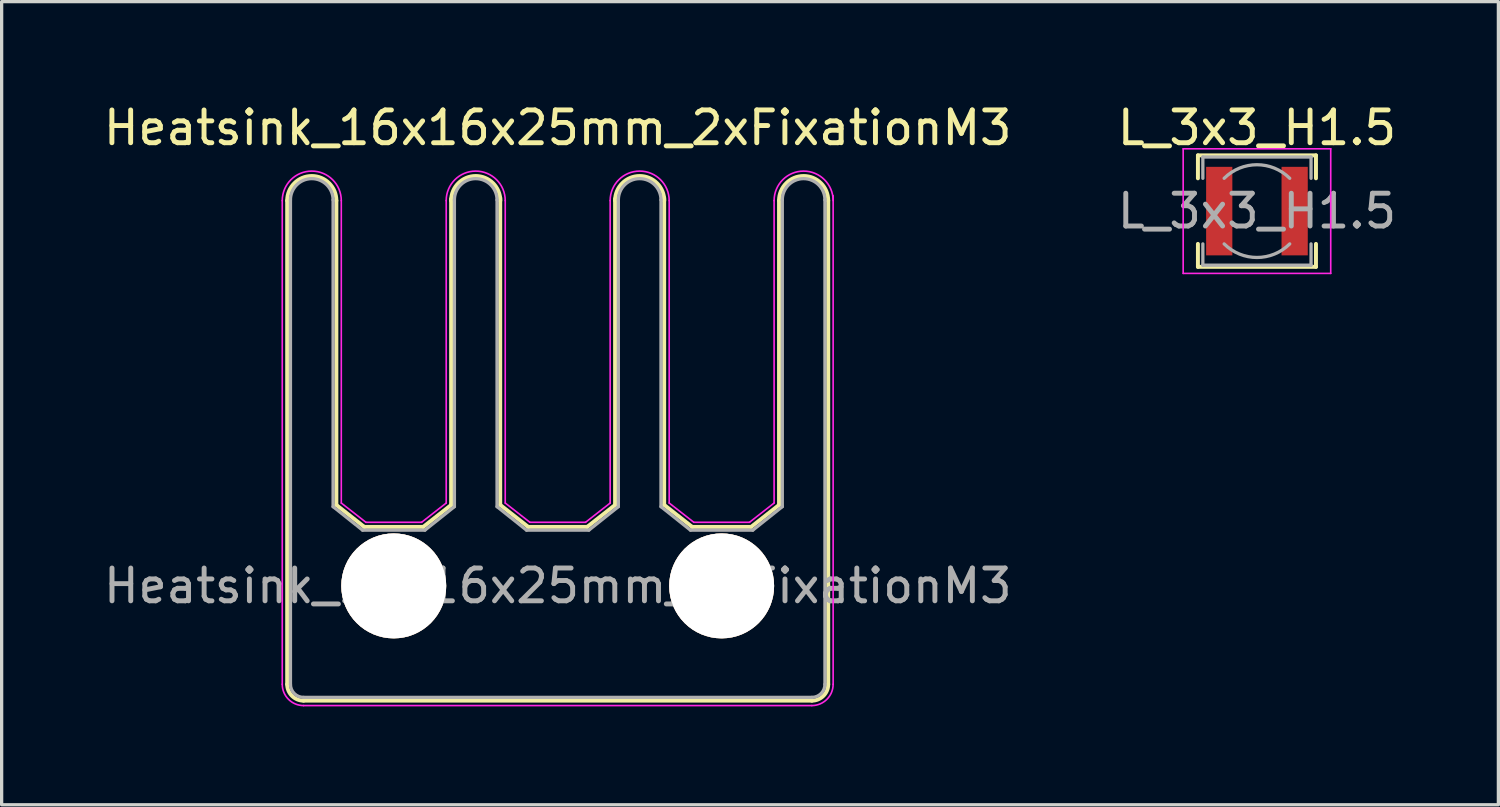
<source format=kicad_pcb>
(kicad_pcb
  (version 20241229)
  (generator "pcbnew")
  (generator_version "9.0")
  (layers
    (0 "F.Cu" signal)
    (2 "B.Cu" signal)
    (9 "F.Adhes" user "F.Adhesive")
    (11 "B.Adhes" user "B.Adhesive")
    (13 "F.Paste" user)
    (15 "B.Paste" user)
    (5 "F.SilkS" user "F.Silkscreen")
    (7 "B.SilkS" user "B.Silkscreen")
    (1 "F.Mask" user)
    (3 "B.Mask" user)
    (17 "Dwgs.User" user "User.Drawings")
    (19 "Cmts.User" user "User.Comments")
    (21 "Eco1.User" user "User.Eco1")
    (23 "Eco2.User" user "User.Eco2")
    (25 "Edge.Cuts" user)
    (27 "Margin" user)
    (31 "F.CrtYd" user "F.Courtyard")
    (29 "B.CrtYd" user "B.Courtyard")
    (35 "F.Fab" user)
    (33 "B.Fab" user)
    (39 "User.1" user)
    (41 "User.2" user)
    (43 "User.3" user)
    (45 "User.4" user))
  (footprint "Heatsink_16x16x25mm_2xFixationM3"
    (layer "F.Cu")
    (at 13.958 14.818)
    (property "Reference" "Heatsink_16x16x25mm_2xFixationM3" (at 0 -13.97 0) (layer "F.SilkS") (effects (font (size 1 1) (thickness 0.15))))
    (attr through_hole)
    (fp_line (start -8.25 3) (end -8.25 -11.75) (stroke (width 0.12) (type solid)) (layer "F.SilkS"))
    (fp_line (start -6.75 -2.467) (end -6.75 -11.75) (stroke (width 0.12) (type solid)) (layer "F.SilkS"))
    (fp_line (start -6.75 -2.467) (end -5.9 -1.8) (stroke (width 0.12) (type solid)) (layer "F.SilkS"))
    (fp_line (start -5.9 -1.8) (end -4.1 -1.8) (stroke (width 0.12) (type solid)) (layer "F.SilkS"))
    (fp_line (start -3.25 -2.467) (end -4.1 -1.8) (stroke (width 0.12) (type solid)) (layer "F.SilkS"))
    (fp_line (start -3.25 -2.467) (end -3.25 -11.8) (stroke (width 0.12) (type solid)) (layer "F.SilkS"))
    (fp_line (start -1.753 -2.467) (end -1.753 -11.836) (stroke (width 0.12) (type solid)) (layer "F.SilkS"))
    (fp_line (start -1.75 -2.467) (end -0.9 -1.8) (stroke (width 0.12) (type solid)) (layer "F.SilkS"))
    (fp_line (start -0.9 -1.8) (end 0.9 -1.8) (stroke (width 0.12) (type solid)) (layer "F.SilkS"))
    (fp_line (start 1.75 -2.467) (end 0.9 -1.8) (stroke (width 0.12) (type solid)) (layer "F.SilkS"))
    (fp_line (start 1.75 -2.467) (end 1.75 -11.8) (stroke (width 0.12) (type solid)) (layer "F.SilkS"))
    (fp_line (start 3.247 -2.467) (end 3.247 -11.836) (stroke (width 0.12) (type solid)) (layer "F.SilkS"))
    (fp_line (start 3.25 -2.467) (end 4.1 -1.8) (stroke (width 0.12) (type solid)) (layer "F.SilkS"))
    (fp_line (start 4.1 -1.8) (end 5.9 -1.8) (stroke (width 0.12) (type solid)) (layer "F.SilkS"))
    (fp_line (start 6.75 -2.467) (end 5.9 -1.8) (stroke (width 0.12) (type solid)) (layer "F.SilkS"))
    (fp_line (start 6.75 -2.467) (end 6.75 -11.75) (stroke (width 0.12) (type solid)) (layer "F.SilkS"))
    (fp_line (start 7.75 3.5) (end -7.75 3.5) (stroke (width 0.12) (type solid)) (layer "F.SilkS"))
    (fp_line (start 8.25 3) (end 8.25 -11.75) (stroke (width 0.12) (type solid)) (layer "F.SilkS"))
    (fp_arc (start -8.25 -11.75) (mid -7.5 -12.5) (end -6.75 -11.75) (stroke (width 0.12) (type solid)) (layer "F.SilkS"))
    (fp_arc (start -7.75 3.5) (mid -8.103553 3.353553) (end -8.25 3) (stroke (width 0.12) (type solid)) (layer "F.SilkS"))
    (fp_arc (start -3.25 -11.75) (mid -2.5 -12.5) (end -1.75 -11.75) (stroke (width 0.12) (type solid)) (layer "F.SilkS"))
    (fp_arc (start 1.75 -11.75) (mid 2.5 -12.5) (end 3.25 -11.75) (stroke (width 0.12) (type solid)) (layer "F.SilkS"))
    (fp_arc (start 6.75 -11.75) (mid 7.5 -12.5) (end 8.25 -11.75) (stroke (width 0.12) (type solid)) (layer "F.SilkS"))
    (fp_arc (start 8.25 3) (mid 8.103553 3.353553) (end 7.75 3.5) (stroke (width 0.12) (type solid)) (layer "F.SilkS"))
    (fp_line (start -8.4 3) (end -8.4 -11.75) (stroke (width 0.05) (type solid)) (layer "F.CrtYd"))
    (fp_line (start -6.6 -2.527) (end -6.6 -11.75) (stroke (width 0.05) (type solid)) (layer "F.CrtYd"))
    (fp_line (start -6.6 -2.527) (end -5.85 -1.94) (stroke (width 0.05) (type solid)) (layer "F.CrtYd"))
    (fp_line (start -5.85 -1.94) (end -4.15 -1.94) (stroke (width 0.05) (type solid)) (layer "F.CrtYd"))
    (fp_line (start -3.4 -2.527) (end -4.15 -1.94) (stroke (width 0.05) (type solid)) (layer "F.CrtYd"))
    (fp_line (start -3.4 -2.527) (end -3.4 -11.75) (stroke (width 0.05) (type solid)) (layer "F.CrtYd"))
    (fp_line (start -1.6 -2.527) (end -1.6 -11.75) (stroke (width 0.05) (type solid)) (layer "F.CrtYd"))
    (fp_line (start -1.6 -2.527) (end -0.85 -1.94) (stroke (width 0.05) (type solid)) (layer "F.CrtYd"))
    (fp_line (start -0.85 -1.94) (end 0.85 -1.94) (stroke (width 0.05) (type solid)) (layer "F.CrtYd"))
    (fp_line (start 1.6 -2.527) (end 0.85 -1.94) (stroke (width 0.05) (type solid)) (layer "F.CrtYd"))
    (fp_line (start 1.6 -2.527) (end 1.6 -11.75) (stroke (width 0.05) (type solid)) (layer "F.CrtYd"))
    (fp_line (start 3.4 -2.527) (end 3.4 -11.75) (stroke (width 0.05) (type solid)) (layer "F.CrtYd"))
    (fp_line (start 3.4 -2.527) (end 4.15 -1.94) (stroke (width 0.05) (type solid)) (layer "F.CrtYd"))
    (fp_line (start 4.15 -1.94) (end 5.85 -1.94) (stroke (width 0.05) (type solid)) (layer "F.CrtYd"))
    (fp_line (start 6.6 -2.527) (end 5.85 -1.94) (stroke (width 0.05) (type solid)) (layer "F.CrtYd"))
    (fp_line (start 6.6 -2.527) (end 6.6 -11.75) (stroke (width 0.05) (type solid)) (layer "F.CrtYd"))
    (fp_line (start 7.75 3.65) (end -7.75 3.65) (stroke (width 0.05) (type solid)) (layer "F.CrtYd"))
    (fp_line (start 8.4 3) (end 8.4 -11.9) (stroke (width 0.05) (type solid)) (layer "F.CrtYd"))
    (fp_arc (start -8.399999 -11.75) (mid -7.5 -12.649999) (end -6.600001 -11.75) (stroke (width 0.05) (type solid)) (layer "F.CrtYd"))
    (fp_arc (start -7.75 3.65) (mid -8.209619 3.459619) (end -8.4 3) (stroke (width 0.05) (type solid)) (layer "F.CrtYd"))
    (fp_arc (start -3.399999 -11.75) (mid -2.5 -12.649999) (end -1.600001 -11.75) (stroke (width 0.05) (type solid)) (layer "F.CrtYd"))
    (fp_arc (start 1.600001 -11.75) (mid 2.5 -12.649999) (end 3.399999 -11.75) (stroke (width 0.05) (type solid)) (layer "F.CrtYd"))
    (fp_arc (start 6.600001 -11.75) (mid 7.5 -12.649999) (end 8.399999 -11.75) (stroke (width 0.05) (type solid)) (layer "F.CrtYd"))
    (fp_arc (start 8.4 3) (mid 8.209619 3.459619) (end 7.75 3.65) (stroke (width 0.05) (type solid)) (layer "F.CrtYd"))
    (fp_line (start -8.15 -11.77) (end -8.15 3) (stroke (width 0.1) (type solid)) (layer "F.Fab"))
    (fp_line (start -7.75 3.4) (end 7.75 3.4) (stroke (width 0.1) (type solid)) (layer "F.Fab"))
    (fp_line (start -6.85 -11.77) (end -6.85 -2.417) (stroke (width 0.1) (type solid)) (layer "F.Fab"))
    (fp_line (start -6.85 -2.417) (end -5.95 -1.7) (stroke (width 0.1) (type solid)) (layer "F.Fab"))
    (fp_line (start -5.95 -1.7) (end -4.05 -1.7) (stroke (width 0.1) (type solid)) (layer "F.Fab"))
    (fp_line (start -3.15 -11.77) (end -3.15 -2.417) (stroke (width 0.1) (type solid)) (layer "F.Fab"))
    (fp_line (start -3.15 -2.417) (end -4.05 -1.7) (stroke (width 0.1) (type solid)) (layer "F.Fab"))
    (fp_line (start -1.85 -11.77) (end -1.85 -2.417) (stroke (width 0.1) (type solid)) (layer "F.Fab"))
    (fp_line (start -1.85 -2.417) (end -0.95 -1.7) (stroke (width 0.1) (type solid)) (layer "F.Fab"))
    (fp_line (start -0.95 -1.7) (end 0.95 -1.7) (stroke (width 0.1) (type solid)) (layer "F.Fab"))
    (fp_line (start 1.85 -11.77) (end 1.85 -2.417) (stroke (width 0.1) (type solid)) (layer "F.Fab"))
    (fp_line (start 1.85 -2.417) (end 0.95 -1.7) (stroke (width 0.1) (type solid)) (layer "F.Fab"))
    (fp_line (start 3.15 -11.77) (end 3.15 -2.417) (stroke (width 0.1) (type solid)) (layer "F.Fab"))
    (fp_line (start 3.15 -2.417) (end 4.05 -1.7) (stroke (width 0.1) (type solid)) (layer "F.Fab"))
    (fp_line (start 4.05 -1.7) (end 5.95 -1.7) (stroke (width 0.1) (type solid)) (layer "F.Fab"))
    (fp_line (start 6.85 -11.77) (end 6.85 -2.417) (stroke (width 0.1) (type solid)) (layer "F.Fab"))
    (fp_line (start 6.85 -2.417) (end 5.95 -1.7) (stroke (width 0.1) (type solid)) (layer "F.Fab"))
    (fp_line (start 8.15 -11.77) (end 8.15 3) (stroke (width 0.1) (type solid)) (layer "F.Fab"))
    (fp_arc (start -8.15 -11.77) (mid -7.5 -12.42) (end -6.85 -11.77) (stroke (width 0.1) (type solid)) (layer "F.Fab"))
    (fp_arc (start -7.75 3.4) (mid -8.032843 3.282843) (end -8.15 3) (stroke (width 0.1) (type solid)) (layer "F.Fab"))
    (fp_arc (start -3.15 -11.77) (mid -2.5 -12.42) (end -1.85 -11.77) (stroke (width 0.1) (type solid)) (layer "F.Fab"))
    (fp_arc (start 1.85 -11.77) (mid 2.5 -12.42) (end 3.15 -11.77) (stroke (width 0.1) (type solid)) (layer "F.Fab"))
    (fp_arc (start 6.85 -11.77) (mid 7.5 -12.42) (end 8.15 -11.77) (stroke (width 0.1) (type solid)) (layer "F.Fab"))
    (fp_arc (start 8.15 3) (mid 8.032843 3.282843) (end 7.75 3.4) (stroke (width 0.1) (type solid)) (layer "F.Fab"))
    (fp_text user "${REFERENCE}" (at 0.003 0 0) (layer "F.Fab") (effects (font (size 1 1) (thickness 0.15))))
    (pad "" np_thru_hole circle (at -5 0) (size 3.2 3.2) (drill 3.2) (layers "*.Cu" "*.SilkS" "*.Mask"))
    (pad "" np_thru_hole circle (at 5 0) (size 3.2 3.2) (drill 3.2) (layers "*.Cu" "*.SilkS" "*.Mask")))
  (footprint "L_3x3_H1.5"
    (layer "F.Cu")
    (at 35.283 3.388)
    (property "Reference" "L_3x3_H1.5" (at 0 -2.54 0) (layer "F.SilkS") (effects (font (size 1 1) (thickness 0.15))))
    (attr smd)
    (fp_line (start -1.8 -1.7) (end 1.8 -1.7) (stroke (width 0.12) (type solid)) (layer "F.SilkS"))
    (fp_line (start -1.8 -1) (end -1.8 -1.7) (stroke (width 0.12) (type solid)) (layer "F.SilkS"))
    (fp_line (start -1.8 1.7) (end -1.8 1) (stroke (width 0.12) (type solid)) (layer "F.SilkS"))
    (fp_line (start 1.8 -1.7) (end 1.8 -1) (stroke (width 0.12) (type solid)) (layer "F.SilkS"))
    (fp_line (start 1.8 1) (end 1.8 1.7) (stroke (width 0.12) (type solid)) (layer "F.SilkS"))
    (fp_line (start 1.8 1.7) (end -1.8 1.7) (stroke (width 0.12) (type solid)) (layer "F.SilkS"))
    (fp_line (start -2.25 -1.9) (end -2.25 1.9) (stroke (width 0.05) (type solid)) (layer "F.CrtYd"))
    (fp_line (start -2.25 1.9) (end 2.25 1.9) (stroke (width 0.05) (type solid)) (layer "F.CrtYd"))
    (fp_line (start 2.25 -1.9) (end -2.25 -1.9) (stroke (width 0.05) (type solid)) (layer "F.CrtYd"))
    (fp_line (start 2.25 1.9) (end 2.25 -1.9) (stroke (width 0.05) (type solid)) (layer "F.CrtYd"))
    (fp_line (start -1.65 -1.65) (end -1.65 -1) (stroke (width 0.1) (type solid)) (layer "F.Fab"))
    (fp_line (start -1.65 -1.65) (end 1.65 -1.65) (stroke (width 0.1) (type solid)) (layer "F.Fab"))
    (fp_line (start -1.65 1.65) (end -1.65 1) (stroke (width 0.1) (type solid)) (layer "F.Fab"))
    (fp_line (start -1.65 1.65) (end 1.65 1.65) (stroke (width 0.1) (type solid)) (layer "F.Fab"))
    (fp_line (start 1.65 -1.65) (end 1.65 -1) (stroke (width 0.1) (type solid)) (layer "F.Fab"))
    (fp_line (start 1.65 1.65) (end 1.65 1) (stroke (width 0.1) (type solid)) (layer "F.Fab"))
    (fp_arc (start -1 -1) (mid 0 -1.414214) (end 1 -1) (stroke (width 0.1) (type solid)) (layer "F.Fab"))
    (fp_arc (start 1 1) (mid 0 1.414214) (end -1 1) (stroke (width 0.1) (type solid)) (layer "F.Fab"))
    (fp_text user "${REFERENCE}" (at 0 0 0) (layer "F.Fab") (effects (font (size 1 1) (thickness 0.15))))
    (pad "1" smd rect (at -1.15 0) (size 0.8 2.7) (layers "F.Cu" "F.Mask" "F.Paste"))
    (pad "2" smd rect (at 1.15 0) (size 0.8 2.7) (layers "F.Cu" "F.Mask" "F.Paste")))
  (gr_rect
    (start -3 -3)
    (end 42.646 21.493)
    (stroke (width 0.1) (type default))
    (fill no)
    (layer "Edge.Cuts")))
</source>
